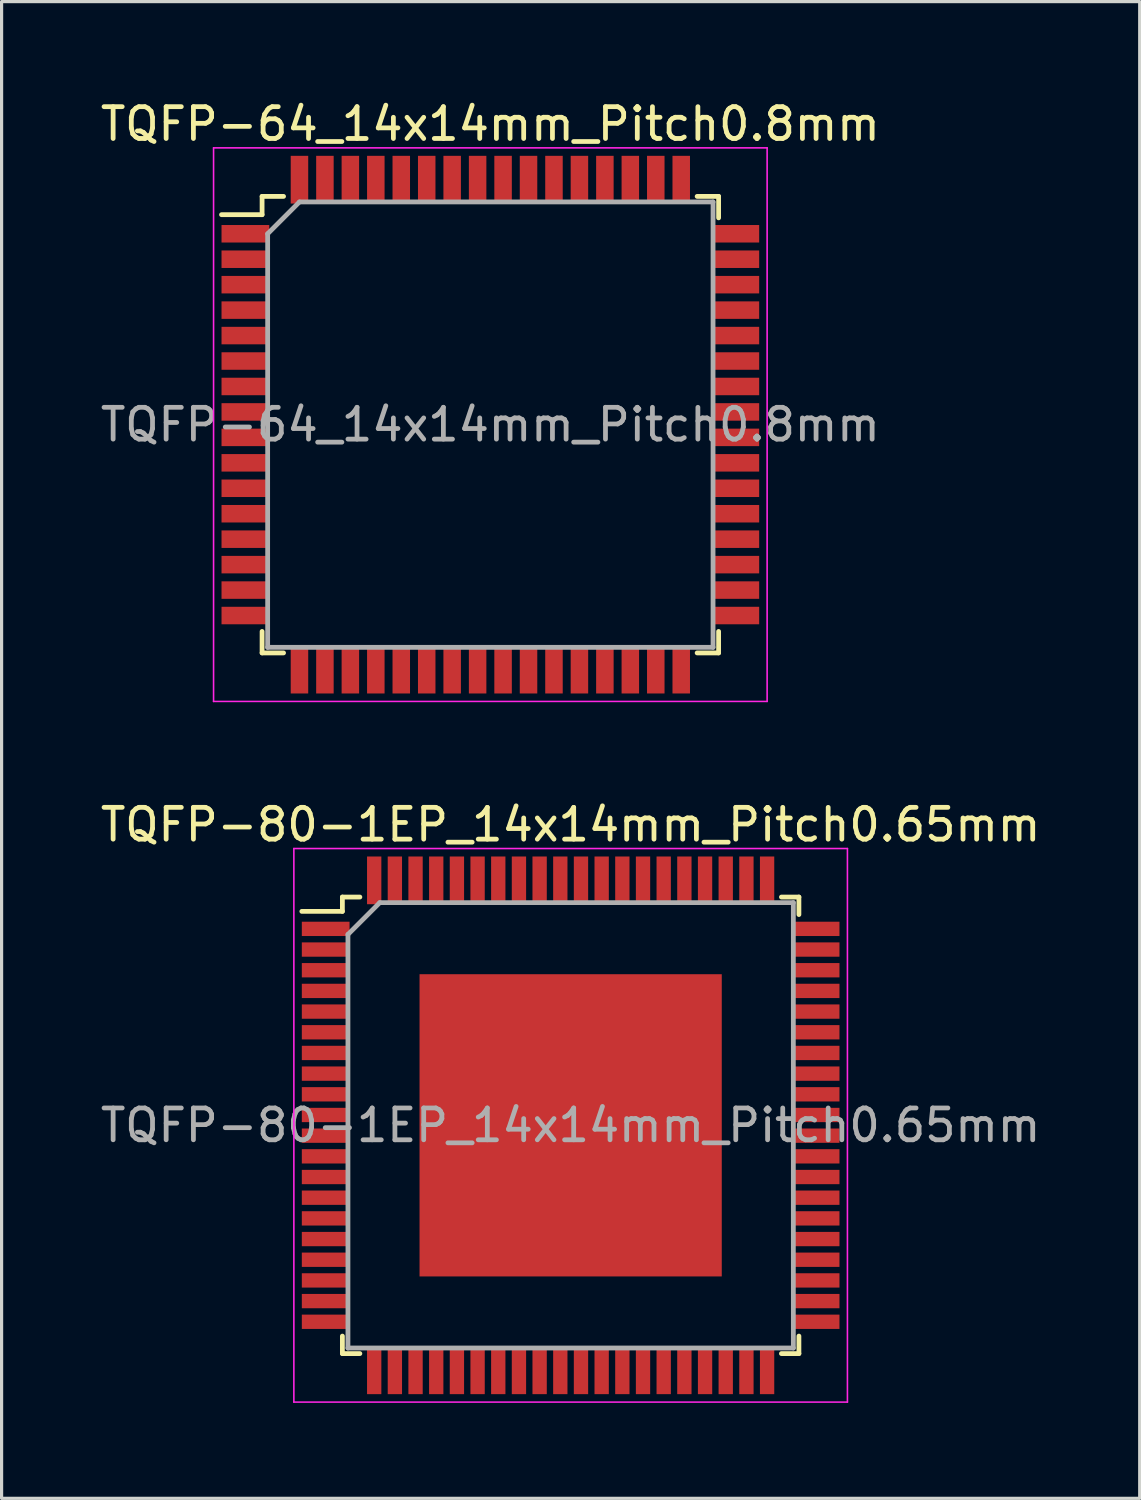
<source format=kicad_pcb>
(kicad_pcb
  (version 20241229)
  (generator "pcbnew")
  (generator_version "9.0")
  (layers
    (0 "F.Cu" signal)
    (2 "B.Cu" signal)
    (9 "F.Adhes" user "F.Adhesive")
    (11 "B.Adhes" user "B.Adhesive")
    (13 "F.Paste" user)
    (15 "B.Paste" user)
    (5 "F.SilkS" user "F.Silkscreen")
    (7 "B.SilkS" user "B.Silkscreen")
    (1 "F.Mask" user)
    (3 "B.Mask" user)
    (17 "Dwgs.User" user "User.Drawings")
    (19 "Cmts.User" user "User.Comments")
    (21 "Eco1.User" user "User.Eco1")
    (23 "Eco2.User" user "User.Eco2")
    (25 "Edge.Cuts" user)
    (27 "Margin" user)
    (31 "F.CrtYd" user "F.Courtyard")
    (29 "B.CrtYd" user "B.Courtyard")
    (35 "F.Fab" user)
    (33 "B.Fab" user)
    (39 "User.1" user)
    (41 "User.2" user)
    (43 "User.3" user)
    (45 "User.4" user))
  (footprint "TQFP-64_14x14mm_Pitch0.8mm"
    (layer "F.Cu")
    (at 12.363 10.298)
    (property "Reference" "TQFP-64_14x14mm_Pitch0.8mm" (at 0 -9.45 0) (layer "F.SilkS") (effects (font (size 1 1) (thickness 0.15))))
    (attr smd)
    (fp_line (start -7.175 -7.175) (end -7.175 -6.6) (stroke (width 0.15) (type solid)) (layer "F.SilkS"))
    (fp_line (start -7.175 -7.175) (end -6.5 -7.175) (stroke (width 0.15) (type solid)) (layer "F.SilkS"))
    (fp_line (start -7.175 -6.6) (end -8.45 -6.6) (stroke (width 0.15) (type solid)) (layer "F.SilkS"))
    (fp_line (start -7.175 7.175) (end -7.175 6.5) (stroke (width 0.15) (type solid)) (layer "F.SilkS"))
    (fp_line (start -7.175 7.175) (end -6.5 7.175) (stroke (width 0.15) (type solid)) (layer "F.SilkS"))
    (fp_line (start 7.175 -7.175) (end 6.5 -7.175) (stroke (width 0.15) (type solid)) (layer "F.SilkS"))
    (fp_line (start 7.175 -7.175) (end 7.175 -6.5) (stroke (width 0.15) (type solid)) (layer "F.SilkS"))
    (fp_line (start 7.175 7.175) (end 6.5 7.175) (stroke (width 0.15) (type solid)) (layer "F.SilkS"))
    (fp_line (start 7.175 7.175) (end 7.175 6.5) (stroke (width 0.15) (type solid)) (layer "F.SilkS"))
    (fp_line (start -8.7 -8.7) (end -8.7 8.7) (stroke (width 0.05) (type solid)) (layer "F.CrtYd"))
    (fp_line (start -8.7 -8.7) (end 8.7 -8.7) (stroke (width 0.05) (type solid)) (layer "F.CrtYd"))
    (fp_line (start -8.7 8.7) (end 8.7 8.7) (stroke (width 0.05) (type solid)) (layer "F.CrtYd"))
    (fp_line (start 8.7 -8.7) (end 8.7 8.7) (stroke (width 0.05) (type solid)) (layer "F.CrtYd"))
    (fp_line (start -7 -6) (end -6 -7) (stroke (width 0.15) (type solid)) (layer "F.Fab"))
    (fp_line (start -7 7) (end -7 -6) (stroke (width 0.15) (type solid)) (layer "F.Fab"))
    (fp_line (start -6 -7) (end 7 -7) (stroke (width 0.15) (type solid)) (layer "F.Fab"))
    (fp_line (start 7 -7) (end 7 7) (stroke (width 0.15) (type solid)) (layer "F.Fab"))
    (fp_line (start 7 7) (end -7 7) (stroke (width 0.15) (type solid)) (layer "F.Fab"))
    (fp_text user "${REFERENCE}" (at 0 0 0) (layer "F.Fab") (effects (font (size 1 1) (thickness 0.15))))
    (pad "1" smd rect (at -7.7 -6) (size 1.5 0.55) (layers "F.Cu" "F.Mask" "F.Paste"))
    (pad "2" smd rect (at -7.7 -5.2) (size 1.5 0.55) (layers "F.Cu" "F.Mask" "F.Paste"))
    (pad "3" smd rect (at -7.7 -4.4) (size 1.5 0.55) (layers "F.Cu" "F.Mask" "F.Paste"))
    (pad "4" smd rect (at -7.7 -3.6) (size 1.5 0.55) (layers "F.Cu" "F.Mask" "F.Paste"))
    (pad "5" smd rect (at -7.7 -2.8) (size 1.5 0.55) (layers "F.Cu" "F.Mask" "F.Paste"))
    (pad "6" smd rect (at -7.7 -2) (size 1.5 0.55) (layers "F.Cu" "F.Mask" "F.Paste"))
    (pad "7" smd rect (at -7.7 -1.2) (size 1.5 0.55) (layers "F.Cu" "F.Mask" "F.Paste"))
    (pad "8" smd rect (at -7.7 -0.4) (size 1.5 0.55) (layers "F.Cu" "F.Mask" "F.Paste"))
    (pad "9" smd rect (at -7.7 0.4) (size 1.5 0.55) (layers "F.Cu" "F.Mask" "F.Paste"))
    (pad "10" smd rect (at -7.7 1.2) (size 1.5 0.55) (layers "F.Cu" "F.Mask" "F.Paste"))
    (pad "11" smd rect (at -7.7 2) (size 1.5 0.55) (layers "F.Cu" "F.Mask" "F.Paste"))
    (pad "12" smd rect (at -7.7 2.8) (size 1.5 0.55) (layers "F.Cu" "F.Mask" "F.Paste"))
    (pad "13" smd rect (at -7.7 3.6) (size 1.5 0.55) (layers "F.Cu" "F.Mask" "F.Paste"))
    (pad "14" smd rect (at -7.7 4.4) (size 1.5 0.55) (layers "F.Cu" "F.Mask" "F.Paste"))
    (pad "15" smd rect (at -7.7 5.2) (size 1.5 0.55) (layers "F.Cu" "F.Mask" "F.Paste"))
    (pad "16" smd rect (at -7.7 6) (size 1.5 0.55) (layers "F.Cu" "F.Mask" "F.Paste"))
    (pad "17" smd rect (at -6 7.7 90) (size 1.5 0.55) (layers "F.Cu" "F.Mask" "F.Paste"))
    (pad "18" smd rect (at -5.2 7.7 90) (size 1.5 0.55) (layers "F.Cu" "F.Mask" "F.Paste"))
    (pad "19" smd rect (at -4.4 7.7 90) (size 1.5 0.55) (layers "F.Cu" "F.Mask" "F.Paste"))
    (pad "20" smd rect (at -3.6 7.7 90) (size 1.5 0.55) (layers "F.Cu" "F.Mask" "F.Paste"))
    (pad "21" smd rect (at -2.8 7.7 90) (size 1.5 0.55) (layers "F.Cu" "F.Mask" "F.Paste"))
    (pad "22" smd rect (at -2 7.7 90) (size 1.5 0.55) (layers "F.Cu" "F.Mask" "F.Paste"))
    (pad "23" smd rect (at -1.2 7.7 90) (size 1.5 0.55) (layers "F.Cu" "F.Mask" "F.Paste"))
    (pad "24" smd rect (at -0.4 7.7 90) (size 1.5 0.55) (layers "F.Cu" "F.Mask" "F.Paste"))
    (pad "25" smd rect (at 0.4 7.7 90) (size 1.5 0.55) (layers "F.Cu" "F.Mask" "F.Paste"))
    (pad "26" smd rect (at 1.2 7.7 90) (size 1.5 0.55) (layers "F.Cu" "F.Mask" "F.Paste"))
    (pad "27" smd rect (at 2 7.7 90) (size 1.5 0.55) (layers "F.Cu" "F.Mask" "F.Paste"))
    (pad "28" smd rect (at 2.8 7.7 90) (size 1.5 0.55) (layers "F.Cu" "F.Mask" "F.Paste"))
    (pad "29" smd rect (at 3.6 7.7 90) (size 1.5 0.55) (layers "F.Cu" "F.Mask" "F.Paste"))
    (pad "30" smd rect (at 4.4 7.7 90) (size 1.5 0.55) (layers "F.Cu" "F.Mask" "F.Paste"))
    (pad "31" smd rect (at 5.2 7.7 90) (size 1.5 0.55) (layers "F.Cu" "F.Mask" "F.Paste"))
    (pad "32" smd rect (at 6 7.7 90) (size 1.5 0.55) (layers "F.Cu" "F.Mask" "F.Paste"))
    (pad "33" smd rect (at 7.7 6) (size 1.5 0.55) (layers "F.Cu" "F.Mask" "F.Paste"))
    (pad "34" smd rect (at 7.7 5.2) (size 1.5 0.55) (layers "F.Cu" "F.Mask" "F.Paste"))
    (pad "35" smd rect (at 7.7 4.4) (size 1.5 0.55) (layers "F.Cu" "F.Mask" "F.Paste"))
    (pad "36" smd rect (at 7.7 3.6) (size 1.5 0.55) (layers "F.Cu" "F.Mask" "F.Paste"))
    (pad "37" smd rect (at 7.7 2.8) (size 1.5 0.55) (layers "F.Cu" "F.Mask" "F.Paste"))
    (pad "38" smd rect (at 7.7 2) (size 1.5 0.55) (layers "F.Cu" "F.Mask" "F.Paste"))
    (pad "39" smd rect (at 7.7 1.2) (size 1.5 0.55) (layers "F.Cu" "F.Mask" "F.Paste"))
    (pad "40" smd rect (at 7.7 0.4) (size 1.5 0.55) (layers "F.Cu" "F.Mask" "F.Paste"))
    (pad "41" smd rect (at 7.7 -0.4) (size 1.5 0.55) (layers "F.Cu" "F.Mask" "F.Paste"))
    (pad "42" smd rect (at 7.7 -1.2) (size 1.5 0.55) (layers "F.Cu" "F.Mask" "F.Paste"))
    (pad "43" smd rect (at 7.7 -2) (size 1.5 0.55) (layers "F.Cu" "F.Mask" "F.Paste"))
    (pad "44" smd rect (at 7.7 -2.8) (size 1.5 0.55) (layers "F.Cu" "F.Mask" "F.Paste"))
    (pad "45" smd rect (at 7.7 -3.6) (size 1.5 0.55) (layers "F.Cu" "F.Mask" "F.Paste"))
    (pad "46" smd rect (at 7.7 -4.4) (size 1.5 0.55) (layers "F.Cu" "F.Mask" "F.Paste"))
    (pad "47" smd rect (at 7.7 -5.2) (size 1.5 0.55) (layers "F.Cu" "F.Mask" "F.Paste"))
    (pad "48" smd rect (at 7.7 -6) (size 1.5 0.55) (layers "F.Cu" "F.Mask" "F.Paste"))
    (pad "49" smd rect (at 6 -7.7 90) (size 1.5 0.55) (layers "F.Cu" "F.Mask" "F.Paste"))
    (pad "50" smd rect (at 5.2 -7.7 90) (size 1.5 0.55) (layers "F.Cu" "F.Mask" "F.Paste"))
    (pad "51" smd rect (at 4.4 -7.7 90) (size 1.5 0.55) (layers "F.Cu" "F.Mask" "F.Paste"))
    (pad "52" smd rect (at 3.6 -7.7 90) (size 1.5 0.55) (layers "F.Cu" "F.Mask" "F.Paste"))
    (pad "53" smd rect (at 2.8 -7.7 90) (size 1.5 0.55) (layers "F.Cu" "F.Mask" "F.Paste"))
    (pad "54" smd rect (at 2 -7.7 90) (size 1.5 0.55) (layers "F.Cu" "F.Mask" "F.Paste"))
    (pad "55" smd rect (at 1.2 -7.7 90) (size 1.5 0.55) (layers "F.Cu" "F.Mask" "F.Paste"))
    (pad "56" smd rect (at 0.4 -7.7 90) (size 1.5 0.55) (layers "F.Cu" "F.Mask" "F.Paste"))
    (pad "57" smd rect (at -0.4 -7.7 90) (size 1.5 0.55) (layers "F.Cu" "F.Mask" "F.Paste"))
    (pad "58" smd rect (at -1.2 -7.7 90) (size 1.5 0.55) (layers "F.Cu" "F.Mask" "F.Paste"))
    (pad "59" smd rect (at -2 -7.7 90) (size 1.5 0.55) (layers "F.Cu" "F.Mask" "F.Paste"))
    (pad "60" smd rect (at -2.8 -7.7 90) (size 1.5 0.55) (layers "F.Cu" "F.Mask" "F.Paste"))
    (pad "61" smd rect (at -3.6 -7.7 90) (size 1.5 0.55) (layers "F.Cu" "F.Mask" "F.Paste"))
    (pad "62" smd rect (at -4.4 -7.7 90) (size 1.5 0.55) (layers "F.Cu" "F.Mask" "F.Paste"))
    (pad "63" smd rect (at -5.2 -7.7 90) (size 1.5 0.55) (layers "F.Cu" "F.Mask" "F.Paste"))
    (pad "64" smd rect (at -6 -7.7 90) (size 1.5 0.55) (layers "F.Cu" "F.Mask" "F.Paste")))
  (footprint "TQFP-80-1EP_14x14mm_Pitch0.65mm"
    (layer "F.Cu")
    (at 14.887 32.322)
    (property "Reference" "TQFP-80-1EP_14x14mm_Pitch0.65mm" (at 0 -9.45 0) (layer "F.SilkS") (effects (font (size 1 1) (thickness 0.15))))
    (attr smd)
    (fp_line (start -7.175 -7.175) (end -7.175 -6.725) (stroke (width 0.15) (type solid)) (layer "F.SilkS"))
    (fp_line (start -7.175 -7.175) (end -6.625 -7.175) (stroke (width 0.15) (type solid)) (layer "F.SilkS"))
    (fp_line (start -7.175 -6.725) (end -8.45 -6.725) (stroke (width 0.15) (type solid)) (layer "F.SilkS"))
    (fp_line (start -7.175 7.175) (end -7.175 6.625) (stroke (width 0.15) (type solid)) (layer "F.SilkS"))
    (fp_line (start -7.175 7.175) (end -6.625 7.175) (stroke (width 0.15) (type solid)) (layer "F.SilkS"))
    (fp_line (start 7.175 -7.175) (end 6.625 -7.175) (stroke (width 0.15) (type solid)) (layer "F.SilkS"))
    (fp_line (start 7.175 -7.175) (end 7.175 -6.625) (stroke (width 0.15) (type solid)) (layer "F.SilkS"))
    (fp_line (start 7.175 7.175) (end 6.625 7.175) (stroke (width 0.15) (type solid)) (layer "F.SilkS"))
    (fp_line (start 7.175 7.175) (end 7.175 6.625) (stroke (width 0.15) (type solid)) (layer "F.SilkS"))
    (fp_line (start -8.7 -8.7) (end -8.7 8.7) (stroke (width 0.05) (type solid)) (layer "F.CrtYd"))
    (fp_line (start -8.7 -8.7) (end 8.7 -8.7) (stroke (width 0.05) (type solid)) (layer "F.CrtYd"))
    (fp_line (start -8.7 8.7) (end 8.7 8.7) (stroke (width 0.05) (type solid)) (layer "F.CrtYd"))
    (fp_line (start 8.7 -8.7) (end 8.7 8.7) (stroke (width 0.05) (type solid)) (layer "F.CrtYd"))
    (fp_line (start -7 -6) (end -6 -7) (stroke (width 0.15) (type solid)) (layer "F.Fab"))
    (fp_line (start -7 7) (end -7 -6) (stroke (width 0.15) (type solid)) (layer "F.Fab"))
    (fp_line (start -6 -7) (end 7 -7) (stroke (width 0.15) (type solid)) (layer "F.Fab"))
    (fp_line (start 7 -7) (end 7 7) (stroke (width 0.15) (type solid)) (layer "F.Fab"))
    (fp_line (start 7 7) (end -7 7) (stroke (width 0.15) (type solid)) (layer "F.Fab"))
    (fp_text user "${REFERENCE}" (at 0 0 0) (layer "F.Fab") (effects (font (size 1 1) (thickness 0.15))))
    (pad "" smd rect (at -2.375 -2.375) (size 3.8 3.8) (layers "F.Paste"))
    (pad "" smd rect (at -2.375 2.375) (size 3.8 3.8) (layers "F.Paste"))
    (pad "" smd rect (at 2.375 -2.375) (size 3.8 3.8) (layers "F.Paste"))
    (pad "" smd rect (at 2.375 2.375) (size 3.8 3.8) (layers "F.Paste"))
    (pad "1" smd rect (at -7.7 -6.175) (size 1.5 0.45) (layers "F.Cu" "F.Mask" "F.Paste"))
    (pad "2" smd rect (at -7.7 -5.525) (size 1.5 0.45) (layers "F.Cu" "F.Mask" "F.Paste"))
    (pad "3" smd rect (at -7.7 -4.875) (size 1.5 0.45) (layers "F.Cu" "F.Mask" "F.Paste"))
    (pad "4" smd rect (at -7.7 -4.225) (size 1.5 0.45) (layers "F.Cu" "F.Mask" "F.Paste"))
    (pad "5" smd rect (at -7.7 -3.575) (size 1.5 0.45) (layers "F.Cu" "F.Mask" "F.Paste"))
    (pad "6" smd rect (at -7.7 -2.925) (size 1.5 0.45) (layers "F.Cu" "F.Mask" "F.Paste"))
    (pad "7" smd rect (at -7.7 -2.275) (size 1.5 0.45) (layers "F.Cu" "F.Mask" "F.Paste"))
    (pad "8" smd rect (at -7.7 -1.625) (size 1.5 0.45) (layers "F.Cu" "F.Mask" "F.Paste"))
    (pad "9" smd rect (at -7.7 -0.975) (size 1.5 0.45) (layers "F.Cu" "F.Mask" "F.Paste"))
    (pad "10" smd rect (at -7.7 -0.325) (size 1.5 0.45) (layers "F.Cu" "F.Mask" "F.Paste"))
    (pad "11" smd rect (at -7.7 0.325) (size 1.5 0.45) (layers "F.Cu" "F.Mask" "F.Paste"))
    (pad "12" smd rect (at -7.7 0.975) (size 1.5 0.45) (layers "F.Cu" "F.Mask" "F.Paste"))
    (pad "13" smd rect (at -7.7 1.625) (size 1.5 0.45) (layers "F.Cu" "F.Mask" "F.Paste"))
    (pad "14" smd rect (at -7.7 2.275) (size 1.5 0.45) (layers "F.Cu" "F.Mask" "F.Paste"))
    (pad "15" smd rect (at -7.7 2.925) (size 1.5 0.45) (layers "F.Cu" "F.Mask" "F.Paste"))
    (pad "16" smd rect (at -7.7 3.575) (size 1.5 0.45) (layers "F.Cu" "F.Mask" "F.Paste"))
    (pad "17" smd rect (at -7.7 4.225) (size 1.5 0.45) (layers "F.Cu" "F.Mask" "F.Paste"))
    (pad "18" smd rect (at -7.7 4.875) (size 1.5 0.45) (layers "F.Cu" "F.Mask" "F.Paste"))
    (pad "19" smd rect (at -7.7 5.525) (size 1.5 0.45) (layers "F.Cu" "F.Mask" "F.Paste"))
    (pad "20" smd rect (at -7.7 6.175) (size 1.5 0.45) (layers "F.Cu" "F.Mask" "F.Paste"))
    (pad "21" smd rect (at -6.175 7.7 90) (size 1.5 0.45) (layers "F.Cu" "F.Mask" "F.Paste"))
    (pad "22" smd rect (at -5.525 7.7 90) (size 1.5 0.45) (layers "F.Cu" "F.Mask" "F.Paste"))
    (pad "23" smd rect (at -4.875 7.7 90) (size 1.5 0.45) (layers "F.Cu" "F.Mask" "F.Paste"))
    (pad "24" smd rect (at -4.225 7.7 90) (size 1.5 0.45) (layers "F.Cu" "F.Mask" "F.Paste"))
    (pad "25" smd rect (at -3.575 7.7 90) (size 1.5 0.45) (layers "F.Cu" "F.Mask" "F.Paste"))
    (pad "26" smd rect (at -2.925 7.7 90) (size 1.5 0.45) (layers "F.Cu" "F.Mask" "F.Paste"))
    (pad "27" smd rect (at -2.275 7.7 90) (size 1.5 0.45) (layers "F.Cu" "F.Mask" "F.Paste"))
    (pad "28" smd rect (at -1.625 7.7 90) (size 1.5 0.45) (layers "F.Cu" "F.Mask" "F.Paste"))
    (pad "29" smd rect (at -0.975 7.7 90) (size 1.5 0.45) (layers "F.Cu" "F.Mask" "F.Paste"))
    (pad "30" smd rect (at -0.325 7.7 90) (size 1.5 0.45) (layers "F.Cu" "F.Mask" "F.Paste"))
    (pad "31" smd rect (at 0.325 7.7 90) (size 1.5 0.45) (layers "F.Cu" "F.Mask" "F.Paste"))
    (pad "32" smd rect (at 0.975 7.7 90) (size 1.5 0.45) (layers "F.Cu" "F.Mask" "F.Paste"))
    (pad "33" smd rect (at 1.625 7.7 90) (size 1.5 0.45) (layers "F.Cu" "F.Mask" "F.Paste"))
    (pad "34" smd rect (at 2.275 7.7 90) (size 1.5 0.45) (layers "F.Cu" "F.Mask" "F.Paste"))
    (pad "35" smd rect (at 2.925 7.7 90) (size 1.5 0.45) (layers "F.Cu" "F.Mask" "F.Paste"))
    (pad "36" smd rect (at 3.575 7.7 90) (size 1.5 0.45) (layers "F.Cu" "F.Mask" "F.Paste"))
    (pad "37" smd rect (at 4.225 7.7 90) (size 1.5 0.45) (layers "F.Cu" "F.Mask" "F.Paste"))
    (pad "38" smd rect (at 4.875 7.7 90) (size 1.5 0.45) (layers "F.Cu" "F.Mask" "F.Paste"))
    (pad "39" smd rect (at 5.525 7.7 90) (size 1.5 0.45) (layers "F.Cu" "F.Mask" "F.Paste"))
    (pad "40" smd rect (at 6.175 7.7 90) (size 1.5 0.45) (layers "F.Cu" "F.Mask" "F.Paste"))
    (pad "41" smd rect (at 7.7 6.175) (size 1.5 0.45) (layers "F.Cu" "F.Mask" "F.Paste"))
    (pad "42" smd rect (at 7.7 5.525) (size 1.5 0.45) (layers "F.Cu" "F.Mask" "F.Paste"))
    (pad "43" smd rect (at 7.7 4.875) (size 1.5 0.45) (layers "F.Cu" "F.Mask" "F.Paste"))
    (pad "44" smd rect (at 7.7 4.225) (size 1.5 0.45) (layers "F.Cu" "F.Mask" "F.Paste"))
    (pad "45" smd rect (at 7.7 3.575) (size 1.5 0.45) (layers "F.Cu" "F.Mask" "F.Paste"))
    (pad "46" smd rect (at 7.7 2.925) (size 1.5 0.45) (layers "F.Cu" "F.Mask" "F.Paste"))
    (pad "47" smd rect (at 7.7 2.275) (size 1.5 0.45) (layers "F.Cu" "F.Mask" "F.Paste"))
    (pad "48" smd rect (at 7.7 1.625) (size 1.5 0.45) (layers "F.Cu" "F.Mask" "F.Paste"))
    (pad "49" smd rect (at 7.7 0.975) (size 1.5 0.45) (layers "F.Cu" "F.Mask" "F.Paste"))
    (pad "50" smd rect (at 7.7 0.325) (size 1.5 0.45) (layers "F.Cu" "F.Mask" "F.Paste"))
    (pad "51" smd rect (at 7.7 -0.325) (size 1.5 0.45) (layers "F.Cu" "F.Mask" "F.Paste"))
    (pad "52" smd rect (at 7.7 -0.975) (size 1.5 0.45) (layers "F.Cu" "F.Mask" "F.Paste"))
    (pad "53" smd rect (at 7.7 -1.625) (size 1.5 0.45) (layers "F.Cu" "F.Mask" "F.Paste"))
    (pad "54" smd rect (at 7.7 -2.275) (size 1.5 0.45) (layers "F.Cu" "F.Mask" "F.Paste"))
    (pad "55" smd rect (at 7.7 -2.925) (size 1.5 0.45) (layers "F.Cu" "F.Mask" "F.Paste"))
    (pad "56" smd rect (at 7.7 -3.575) (size 1.5 0.45) (layers "F.Cu" "F.Mask" "F.Paste"))
    (pad "57" smd rect (at 7.7 -4.225) (size 1.5 0.45) (layers "F.Cu" "F.Mask" "F.Paste"))
    (pad "58" smd rect (at 7.7 -4.875) (size 1.5 0.45) (layers "F.Cu" "F.Mask" "F.Paste"))
    (pad "59" smd rect (at 7.7 -5.525) (size 1.5 0.45) (layers "F.Cu" "F.Mask" "F.Paste"))
    (pad "60" smd rect (at 7.7 -6.175) (size 1.5 0.45) (layers "F.Cu" "F.Mask" "F.Paste"))
    (pad "61" smd rect (at 6.175 -7.7 90) (size 1.5 0.45) (layers "F.Cu" "F.Mask" "F.Paste"))
    (pad "62" smd rect (at 5.525 -7.7 90) (size 1.5 0.45) (layers "F.Cu" "F.Mask" "F.Paste"))
    (pad "63" smd rect (at 4.875 -7.7 90) (size 1.5 0.45) (layers "F.Cu" "F.Mask" "F.Paste"))
    (pad "64" smd rect (at 4.225 -7.7 90) (size 1.5 0.45) (layers "F.Cu" "F.Mask" "F.Paste"))
    (pad "65" smd rect (at 3.575 -7.7 90) (size 1.5 0.45) (layers "F.Cu" "F.Mask" "F.Paste"))
    (pad "66" smd rect (at 2.925 -7.7 90) (size 1.5 0.45) (layers "F.Cu" "F.Mask" "F.Paste"))
    (pad "67" smd rect (at 2.275 -7.7 90) (size 1.5 0.45) (layers "F.Cu" "F.Mask" "F.Paste"))
    (pad "68" smd rect (at 1.625 -7.7 90) (size 1.5 0.45) (layers "F.Cu" "F.Mask" "F.Paste"))
    (pad "69" smd rect (at 0.975 -7.7 90) (size 1.5 0.45) (layers "F.Cu" "F.Mask" "F.Paste"))
    (pad "70" smd rect (at 0.325 -7.7 90) (size 1.5 0.45) (layers "F.Cu" "F.Mask" "F.Paste"))
    (pad "71" smd rect (at -0.325 -7.7 90) (size 1.5 0.45) (layers "F.Cu" "F.Mask" "F.Paste"))
    (pad "72" smd rect (at -0.975 -7.7 90) (size 1.5 0.45) (layers "F.Cu" "F.Mask" "F.Paste"))
    (pad "73" smd rect (at -1.625 -7.7 90) (size 1.5 0.45) (layers "F.Cu" "F.Mask" "F.Paste"))
    (pad "74" smd rect (at -2.275 -7.7 90) (size 1.5 0.45) (layers "F.Cu" "F.Mask" "F.Paste"))
    (pad "75" smd rect (at -2.925 -7.7 90) (size 1.5 0.45) (layers "F.Cu" "F.Mask" "F.Paste"))
    (pad "76" smd rect (at -3.575 -7.7 90) (size 1.5 0.45) (layers "F.Cu" "F.Mask" "F.Paste"))
    (pad "77" smd rect (at -4.225 -7.7 90) (size 1.5 0.45) (layers "F.Cu" "F.Mask" "F.Paste"))
    (pad "78" smd rect (at -4.875 -7.7 90) (size 1.5 0.45) (layers "F.Cu" "F.Mask" "F.Paste"))
    (pad "79" smd rect (at -5.525 -7.7 90) (size 1.5 0.45) (layers "F.Cu" "F.Mask" "F.Paste"))
    (pad "80" smd rect (at -6.175 -7.7 90) (size 1.5 0.45) (layers "F.Cu" "F.Mask" "F.Paste"))
    (pad "81" smd rect (at 0 0) (size 9.5 9.5) (layers "F.Cu" "F.Mask")))
  (gr_rect
    (start -3 -3)
    (end 32.774 44.047)
    (stroke (width 0.1) (type default))
    (fill no)
    (layer "Edge.Cuts")))
</source>
